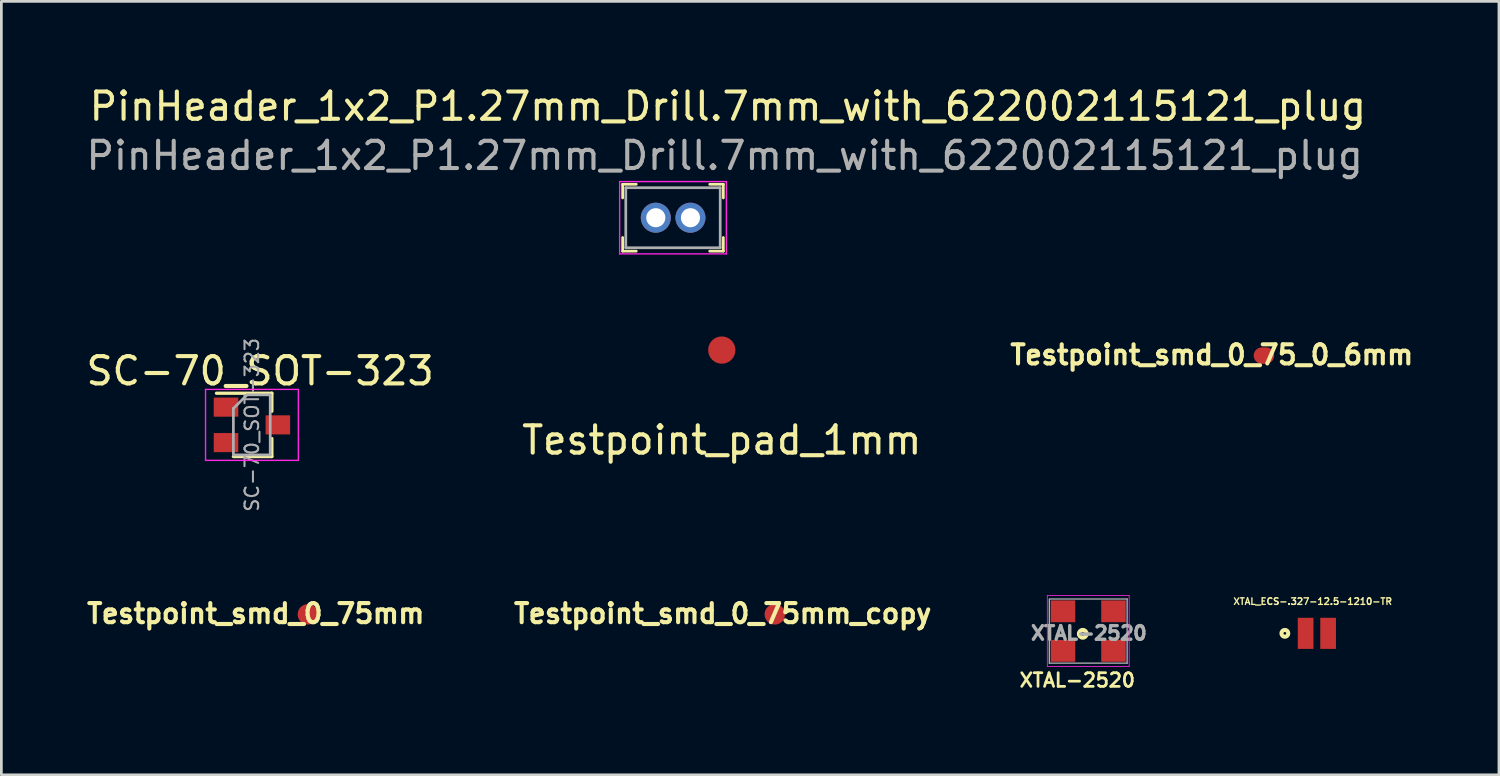
<source format=kicad_pcb>
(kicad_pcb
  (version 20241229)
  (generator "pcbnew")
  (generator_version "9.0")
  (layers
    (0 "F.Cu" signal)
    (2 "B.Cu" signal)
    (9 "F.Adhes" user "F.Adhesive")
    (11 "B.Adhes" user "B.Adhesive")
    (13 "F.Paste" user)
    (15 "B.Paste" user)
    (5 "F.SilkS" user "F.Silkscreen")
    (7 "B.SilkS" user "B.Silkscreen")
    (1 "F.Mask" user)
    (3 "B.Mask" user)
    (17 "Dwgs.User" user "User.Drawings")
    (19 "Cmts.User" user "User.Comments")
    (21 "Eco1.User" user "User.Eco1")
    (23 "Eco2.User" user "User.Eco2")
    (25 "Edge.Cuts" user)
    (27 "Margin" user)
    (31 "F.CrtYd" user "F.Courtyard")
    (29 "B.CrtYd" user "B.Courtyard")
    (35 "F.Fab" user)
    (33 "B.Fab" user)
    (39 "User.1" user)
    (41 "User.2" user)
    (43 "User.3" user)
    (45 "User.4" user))
  (footprint "SC-70_SOT-323"
    (layer "F.Cu")
    (at 6.182 12.519)
    (property "Reference" "SC-70_SOT-323" (at 0.3 -1.975 0) (layer "F.SilkS") (effects (font (size 1 1) (thickness 0.15))))
    (attr smd)
    (fp_line (start -0.68 1.16) (end 0.73 1.16) (stroke (width 0.12) (type solid)) (layer "F.SilkS"))
    (fp_line (start 0.73 -1.16) (end -1.3 -1.16) (stroke (width 0.12) (type solid)) (layer "F.SilkS"))
    (fp_line (start 0.73 -1.16) (end 0.73 -0.5) (stroke (width 0.12) (type solid)) (layer "F.SilkS"))
    (fp_line (start 0.73 0.5) (end 0.73 1.16) (stroke (width 0.12) (type solid)) (layer "F.SilkS"))
    (fp_line (start -1.7 -1.3) (end 1.7 -1.3) (stroke (width 0.05) (type solid)) (layer "F.CrtYd"))
    (fp_line (start -1.7 1.3) (end -1.7 -1.3) (stroke (width 0.05) (type solid)) (layer "F.CrtYd"))
    (fp_line (start 1.7 -1.3) (end 1.7 1.3) (stroke (width 0.05) (type solid)) (layer "F.CrtYd"))
    (fp_line (start 1.7 1.3) (end -1.7 1.3) (stroke (width 0.05) (type solid)) (layer "F.CrtYd"))
    (fp_line (start -0.68 -0.6) (end -0.68 1.1) (stroke (width 0.1) (type solid)) (layer "F.Fab"))
    (fp_line (start -0.18 -1.1) (end -0.68 -0.6) (stroke (width 0.1) (type solid)) (layer "F.Fab"))
    (fp_line (start 0.67 -1.1) (end -0.18 -1.1) (stroke (width 0.1) (type solid)) (layer "F.Fab"))
    (fp_line (start 0.67 -1.1) (end 0.67 1.1) (stroke (width 0.1) (type solid)) (layer "F.Fab"))
    (fp_line (start 0.67 1.1) (end -0.68 1.1) (stroke (width 0.1) (type solid)) (layer "F.Fab"))
    (fp_text user "${REFERENCE}" (at 0 0 90) (layer "F.Fab") (effects (font (size 0.5 0.5) (thickness 0.075))))
    (pad "1" smd rect (at -0.95 -0.65 270) (size 0.7 0.9) (layers "F.Cu" "F.Mask" "F.Paste"))
    (pad "2" smd rect (at -0.95 0.65 270) (size 0.7 0.9) (layers "F.Cu" "F.Mask" "F.Paste"))
    (pad "3" smd rect (at 0.95 0 270) (size 0.7 0.9) (layers "F.Cu" "F.Mask" "F.Paste")))
  (footprint "Testpoint_smd_0_75_0_6mm"
    (layer "F.Cu")
    (at 43.265 10.031)
    (property "Reference" "Testpoint_smd_0_75_0_6mm" (at -1.91 -0.08 0) (layer "F.SilkS") (effects (font (size 0.7 0.7) (thickness 0.15))))
    (attr through_hole)
    (pad "1" smd oval (at 0 -0.051) (size 0.75 0.6) (layers "F.Cu" "F.Mask")))
  (footprint "XTAL-2520"
    (layer "F.Cu")
    (at 36.827 20.075)
    (property "Reference" "XTAL-2520" (at -0.4 1.8 0) (layer "F.SilkS") (effects (font (size 0.5 0.5) (thickness 0.1))))
    (attr smd)
    (fp_circle (center -0.2 0.1) (end -0.3 0) (stroke (width 0.15) (type solid)) (fill no) (layer "F.SilkS"))
    (fp_line (start -1.5 -1.3) (end 1.5 -1.3) (stroke (width 0.03) (type solid)) (layer "F.CrtYd"))
    (fp_line (start -1.5 1.3) (end -1.5 -1.3) (stroke (width 0.03) (type solid)) (layer "F.CrtYd"))
    (fp_line (start 1.5 -1.3) (end 1.5 1.3) (stroke (width 0.03) (type solid)) (layer "F.CrtYd"))
    (fp_line (start 1.5 1.3) (end -1.5 1.3) (stroke (width 0.03) (type solid)) (layer "F.CrtYd"))
    (fp_line (start -1.425 1.175) (end -1.425 -1.175) (stroke (width 0.05) (type solid)) (layer "F.Fab"))
    (fp_line (start -1.4 -1.175) (end 1.425 -1.175) (stroke (width 0.05) (type solid)) (layer "F.Fab"))
    (fp_line (start 1.425 -1.175) (end 1.425 1.175) (stroke (width 0.05) (type solid)) (layer "F.Fab"))
    (fp_line (start 1.425 1.175) (end -1.425 1.175) (stroke (width 0.05) (type solid)) (layer "F.Fab"))
    (fp_text user "${REFERENCE}" (at 0.025 0.075 0) (layer "F.Fab") (effects (font (size 0.5 0.5) (thickness 0.125))))
    (pad "1" smd rect (at -0.925 0.725 180) (size 0.9 0.8) (layers "F.Cu" "F.Mask" "F.Paste"))
    (pad "2" smd rect (at 0.925 0.725 180) (size 0.9 0.8) (layers "F.Cu" "F.Mask" "F.Paste"))
    (pad "3" smd rect (at 0.925 -0.725 180) (size 0.9 0.8) (layers "F.Cu" "F.Mask" "F.Paste"))
    (pad "4" smd rect (at -0.925 -0.725 180) (size 0.9 0.8) (layers "F.Cu" "F.Mask" "F.Paste")))
  (footprint "PinHeader_1x2_P1.27mm_Drill.7mm_with_622002115121_plug"
    (layer "F.Cu")
    (at 20.981 4.928)
    (property "Reference" "PinHeader_1x2_P1.27mm_Drill.7mm_with_622002115121_plug" (at 2.64 -4.08 0) (layer "F.SilkS") (effects (font (size 1 1) (thickness 0.15))))
    (attr through_hole)
    (fp_line (start -1.215 -1.225) (end -1.215 -0.725) (stroke (width 0.1) (type solid)) (layer "F.SilkS"))
    (fp_line (start -1.215 -1.225) (end -0.715 -1.225) (stroke (width 0.1) (type solid)) (layer "F.SilkS"))
    (fp_line (start -1.215 1.225) (end -1.215 0.725) (stroke (width 0.1) (type solid)) (layer "F.SilkS"))
    (fp_line (start -1.215 1.225) (end -0.715 1.225) (stroke (width 0.1) (type solid)) (layer "F.SilkS"))
    (fp_line (start 2.475 -1.225) (end 1.975 -1.225) (stroke (width 0.1) (type solid)) (layer "F.SilkS"))
    (fp_line (start 2.475 -1.225) (end 2.475 -0.725) (stroke (width 0.1) (type solid)) (layer "F.SilkS"))
    (fp_line (start 2.475 1.225) (end 1.975 1.225) (stroke (width 0.1) (type solid)) (layer "F.SilkS"))
    (fp_line (start 2.475 1.225) (end 2.475 0.725) (stroke (width 0.1) (type solid)) (layer "F.SilkS"))
    (fp_line (start -1.325 -1.325) (end -1.325 1.325) (stroke (width 0.05) (type solid)) (layer "F.CrtYd"))
    (fp_line (start -1.325 -1.325) (end 2.585 -1.325) (stroke (width 0.05) (type solid)) (layer "F.CrtYd"))
    (fp_line (start -1.325 1.325) (end 2.585 1.325) (stroke (width 0.05) (type solid)) (layer "F.CrtYd"))
    (fp_line (start 2.585 -1.325) (end 2.585 1.325) (stroke (width 0.05) (type solid)) (layer "F.CrtYd"))
    (fp_line (start -1.1 -1.1) (end -1.1 1.1) (stroke (width 0.1) (type solid)) (layer "F.Fab"))
    (fp_line (start -1.1 -1.1) (end 2.36 -1.1) (stroke (width 0.1) (type solid)) (layer "F.Fab"))
    (fp_line (start -1.1 1.1) (end 2.36 1.1) (stroke (width 0.1) (type solid)) (layer "F.Fab"))
    (fp_line (start 2.36 -1.1) (end 2.36 1.1) (stroke (width 0.1) (type solid)) (layer "F.Fab"))
    (fp_text user "${REFERENCE}" (at 2.525 -2.275 0) (layer "F.Fab") (effects (font (size 1 1) (thickness 0.15))))
    (pad "1" thru_hole circle (at 0 0) (size 1.1 1.1) (drill 0.7) (layers "*.Cu" "*.Mask"))
    (pad "2" thru_hole circle (at 1.27 0) (size 1.1 1.1) (drill 0.7) (layers "*.Cu" "*.Mask")))
  (footprint "Testpoint_smd_0_75mm_copy"
    (layer "F.Cu")
    (at 25.342 19.513)
    (property "Reference" "Testpoint_smd_0_75mm_copy" (at -1.91 -0.08 0) (layer "F.SilkS") (effects (font (size 0.7 0.7) (thickness 0.15))))
    (attr through_hole)
    (pad "1" smd circle (at 0 -0.051) (size 0.75 0.75) (layers "F.Cu" "F.Mask")))
  (footprint "XTAL_ECS-.327-12.5-1210-TR"
    (layer "F.Cu")
    (at 45.205 20.158)
    (property "Reference" "XTAL_ECS-.327-12.5-1210-TR" (at -0.152 -1.169 0) (layer "F.SilkS") (effects (font (size 0.24 0.24) (thickness 0.05))))
    (attr smd)
    (fp_circle (center -1.173 0) (end -1.123 0) (stroke (width 0.15) (type solid)) (fill no) (layer "F.SilkS"))
    (fp_line (start -0.95 -0.82) (end -0.95 0.82) (stroke (width 0.05) (type solid)) (layer "Eco1.User"))
    (fp_line (start -0.95 0.82) (end 0.95 0.82) (stroke (width 0.05) (type solid)) (layer "Eco1.User"))
    (fp_line (start 0.95 -0.82) (end -0.95 -0.82) (stroke (width 0.05) (type solid)) (layer "Eco1.User"))
    (fp_line (start 0.95 0.82) (end 0.95 -0.82) (stroke (width 0.05) (type solid)) (layer "Eco1.User"))
    (fp_line (start -0.6 -0.5) (end 0.6 -0.5) (stroke (width 0.127) (type solid)) (layer "Eco2.User"))
    (fp_line (start -0.6 0.5) (end -0.6 -0.5) (stroke (width 0.127) (type solid)) (layer "Eco2.User"))
    (fp_line (start 0.6 -0.5) (end 0.6 0.5) (stroke (width 0.127) (type solid)) (layer "Eco2.User"))
    (fp_line (start 0.6 0.5) (end -0.6 0.5) (stroke (width 0.127) (type solid)) (layer "Eco2.User"))
    (fp_circle (center -1.173 0) (end -1.123 0) (stroke (width 0.15) (type solid)) (fill no) (layer "Eco2.User"))
    (pad "1" smd rect (at -0.412 0) (size 0.575 1.14) (layers "F.Cu" "F.Mask" "F.Paste"))
    (pad "2" smd rect (at 0.412 0) (size 0.575 1.14) (layers "F.Cu" "F.Mask" "F.Paste")))
  (footprint "Testpoint_pad_1mm"
    (layer "F.Cu")
    (at 23.399 9.778)
    (property "Reference" "Testpoint_pad_1mm" (at 0 3.302 0) (layer "F.SilkS") (effects (font (size 1 1) (thickness 0.15))))
    (attr through_hole)
    (pad "1" smd circle (at 0 0) (size 1 1) (layers "F.Cu" "F.Mask")))
  (footprint "Testpoint_smd_0_75mm"
    (layer "F.Cu")
    (at 8.232 19.513)
    (property "Reference" "Testpoint_smd_0_75mm" (at -1.91 -0.08 0) (layer "F.SilkS") (effects (font (size 0.7 0.7) (thickness 0.15))))
    (attr through_hole)
    (pad "1" smd circle (at 0 -0.051) (size 0.75 0.75) (layers "F.Cu" "F.Mask")))
  (gr_rect
    (start -3 -3)
    (end 51.877 25.343)
    (stroke (width 0.1) (type default))
    (fill no)
    (layer "Edge.Cuts")))
</source>
